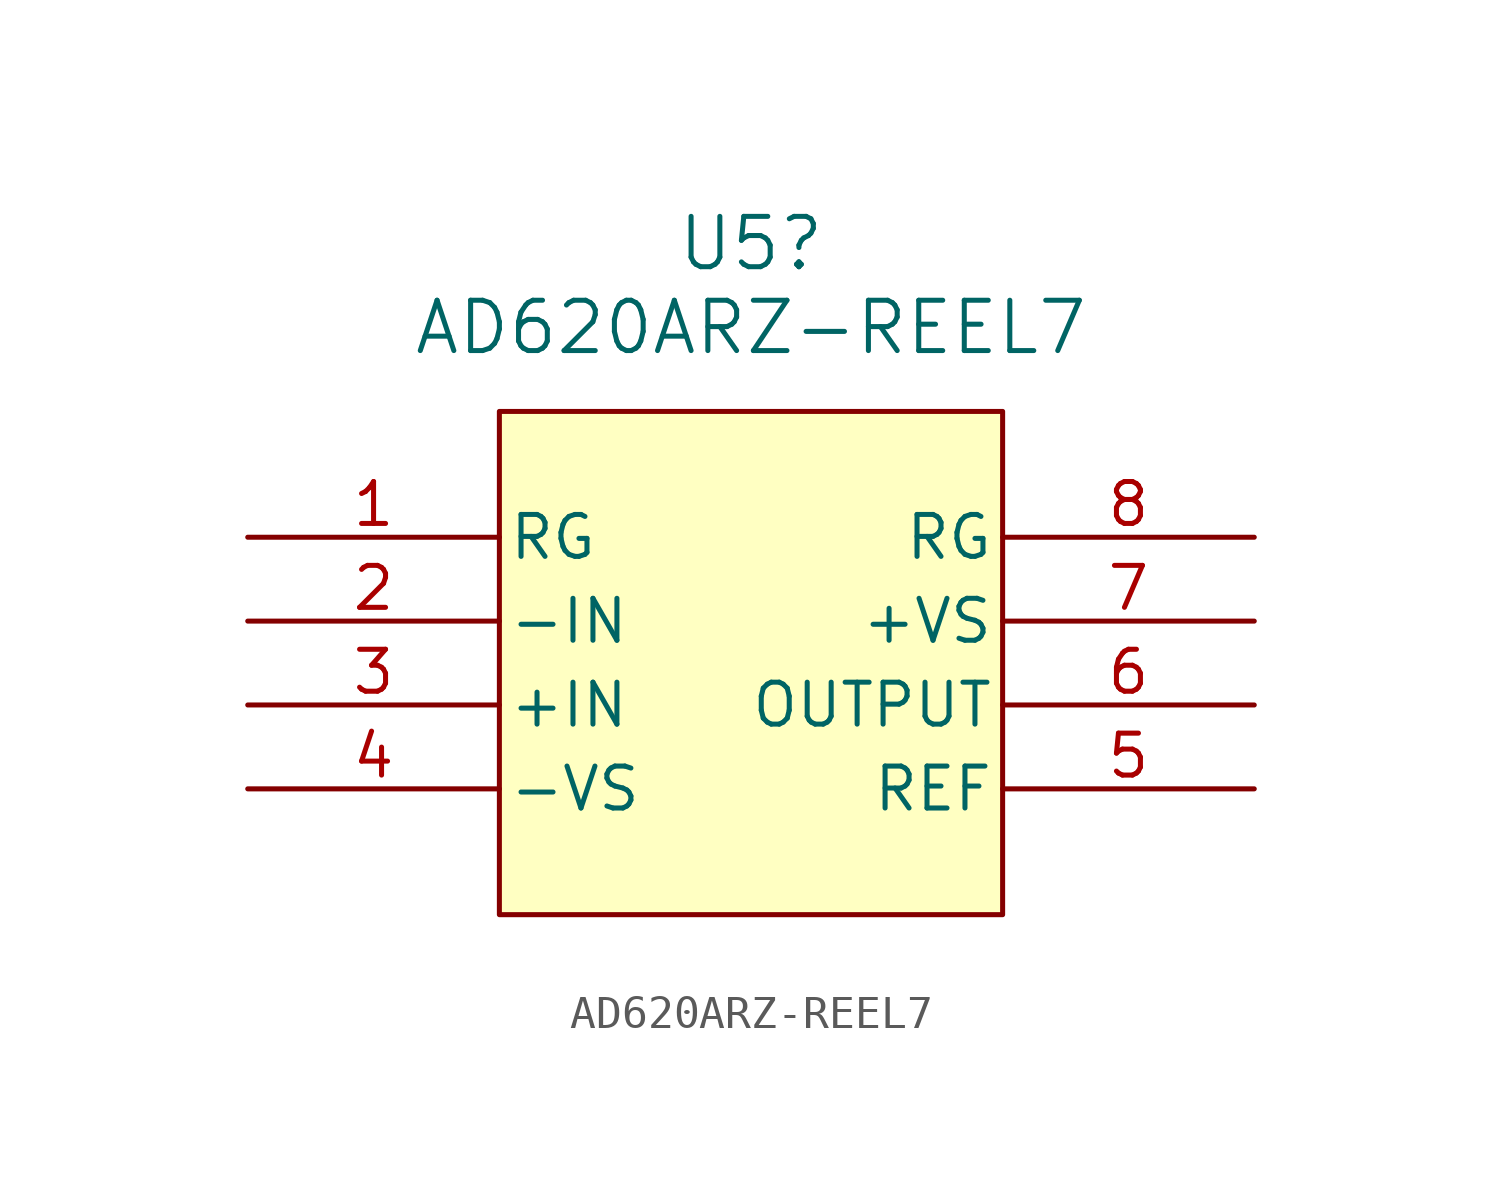
<source format=kicad_sym>
(kicad_symbol_lib
  (version 20220914)
  (generator kicad_symbol_editor)
  (symbol "AD620ARZ-REEL7"
    (pin_names
      (offset 0.254))
    (property "Reference" "U5"
      (at 0 12.7 0)
      (effects (font (size 1.524 1.524))))
    (property "Value" "AD620ARZ-REEL7"
      (at 0 10.16 0)
      (effects (font (size 1.524 1.524))))
    (property "ki_locked" ""
      (at 0 0 0)
      (effects (font (size 1.27 1.27))))
    (symbol "AD620ARZ-REEL7_0_1"
      (pin unspecified line (at -15.24 3.81 0) (length 7.62) (name "RG" (effects (font (size 1.27 1.27)))) (number "1" (effects (font (size 1.27 1.27)))))
      (pin unspecified line (at -15.24 1.27 0) (length 7.62) (name "-IN" (effects (font (size 1.27 1.27)))) (number "2" (effects (font (size 1.27 1.27)))))
      (pin unspecified line (at -15.24 -1.27 0) (length 7.62) (name "+IN" (effects (font (size 1.27 1.27)))) (number "3" (effects (font (size 1.27 1.27)))))
      (pin power_in line (at -15.24 -3.81 0) (length 7.62) (name "-VS" (effects (font (size 1.27 1.27)))) (number "4" (effects (font (size 1.27 1.27)))))
      (pin unspecified line (at 15.24 -3.81 180) (length 7.62) (name "REF" (effects (font (size 1.27 1.27)))) (number "5" (effects (font (size 1.27 1.27)))))
      (pin unspecified line (at 15.24 -1.27 180) (length 7.62) (name "OUTPUT" (effects (font (size 1.27 1.27)))) (number "6" (effects (font (size 1.27 1.27)))))
      (pin power_in line (at 15.24 1.27 180) (length 7.62) (name "+VS" (effects (font (size 1.27 1.27)))) (number "7" (effects (font (size 1.27 1.27)))))
      (pin unspecified line (at 15.24 3.81 180) (length 7.62) (name "RG" (effects (font (size 1.27 1.27)))) (number "8" (effects (font (size 1.27 1.27))))))
    (symbol "AD620ARZ-REEL7_1_1"
      (rectangle (start -7.62 7.62) (end 7.62 -7.62) (stroke (width 0) (type default)) (fill (type background))))))
</source>
